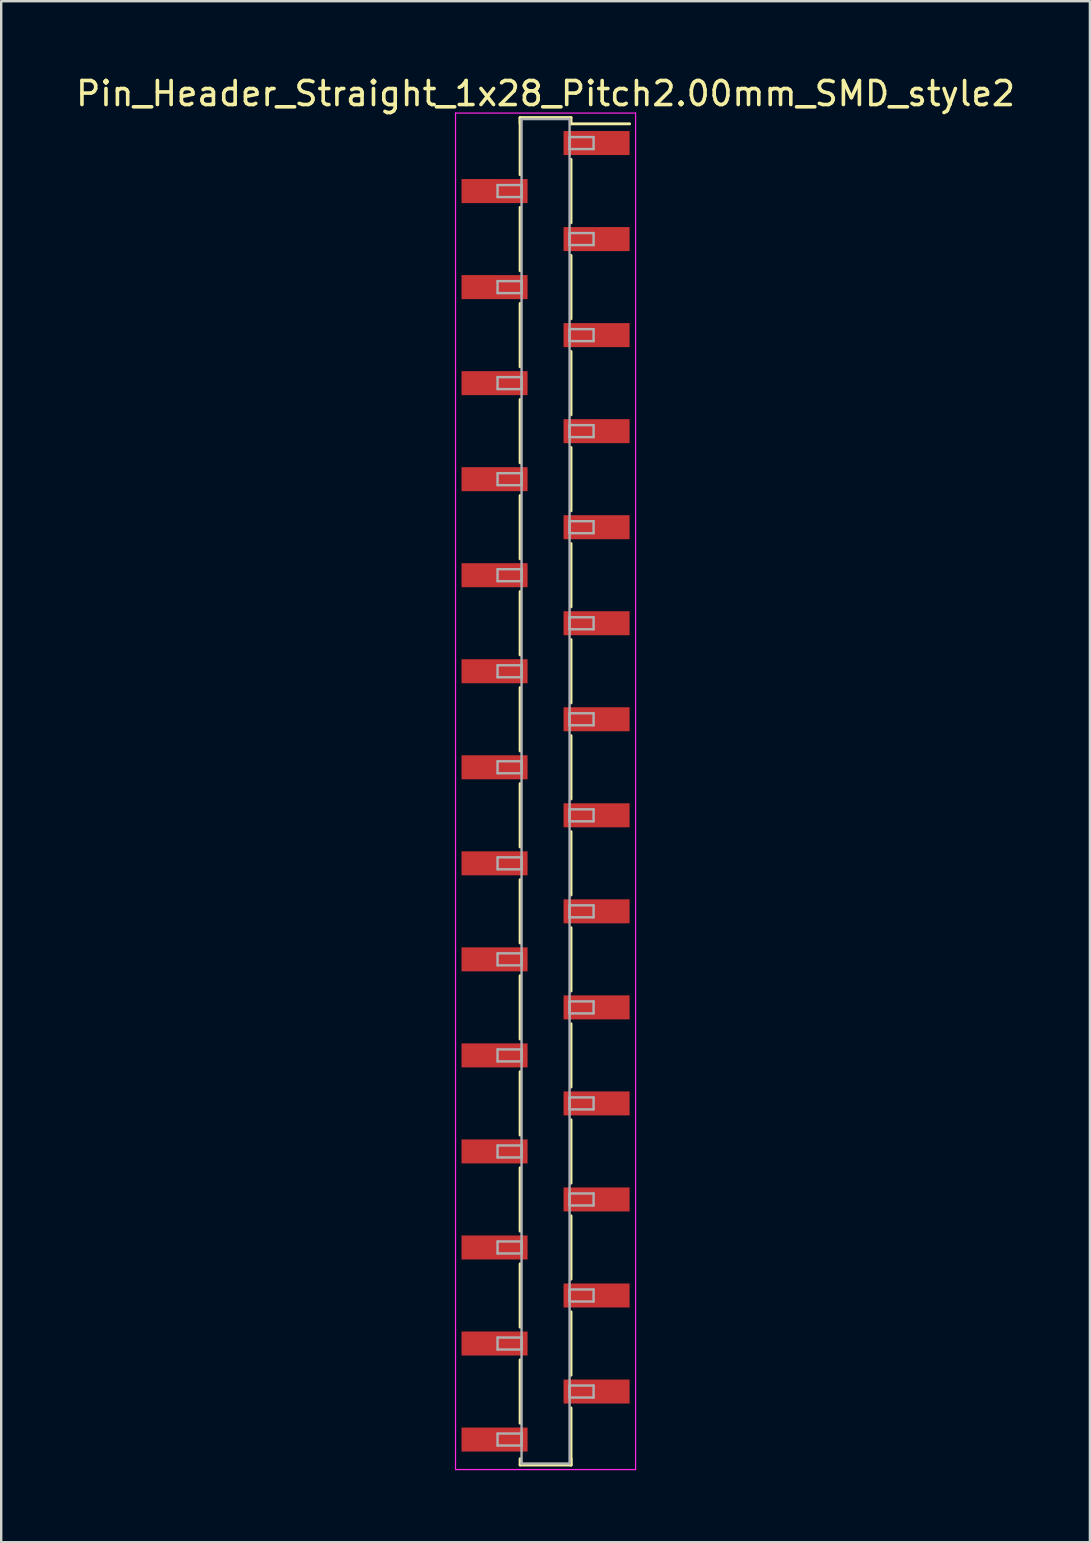
<source format=kicad_pcb>
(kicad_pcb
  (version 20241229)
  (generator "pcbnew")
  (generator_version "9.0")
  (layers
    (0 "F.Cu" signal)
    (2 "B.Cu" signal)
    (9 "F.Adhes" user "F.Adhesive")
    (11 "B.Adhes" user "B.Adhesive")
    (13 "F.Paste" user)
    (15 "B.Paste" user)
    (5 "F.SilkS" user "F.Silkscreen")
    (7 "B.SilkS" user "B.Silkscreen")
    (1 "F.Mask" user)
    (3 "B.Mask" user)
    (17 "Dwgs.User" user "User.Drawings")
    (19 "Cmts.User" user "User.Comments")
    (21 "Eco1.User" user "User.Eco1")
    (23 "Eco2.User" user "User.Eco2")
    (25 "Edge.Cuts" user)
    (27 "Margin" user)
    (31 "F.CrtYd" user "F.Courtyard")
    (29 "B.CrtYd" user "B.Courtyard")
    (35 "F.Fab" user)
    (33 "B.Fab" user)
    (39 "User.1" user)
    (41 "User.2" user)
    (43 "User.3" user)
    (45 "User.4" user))
  (footprint "Pin_Header_Straight_1x28_Pitch2.00mm_SMD_style2"
    (layer "F.Cu")
    (at 19.673 29.908)
    (property "Reference" "Pin_Header_Straight_1x28_Pitch2.00mm_SMD_style2" (at 0 -29.06 0) (layer "F.SilkS") (effects (font (size 1 1) (thickness 0.15))))
    (attr smd)
    (fp_line (start -1.06 -28.06) (end -1.06 -25.68) (stroke (width 0.12) (type solid)) (layer "F.SilkS"))
    (fp_line (start -1.06 -28.06) (end 1.06 -28.06) (stroke (width 0.12) (type solid)) (layer "F.SilkS"))
    (fp_line (start -1.06 -27.8) (end -1.06 -28.06) (stroke (width 0.12) (type solid)) (layer "F.SilkS"))
    (fp_line (start -1.06 -24.32) (end -1.06 -21.68) (stroke (width 0.12) (type solid)) (layer "F.SilkS"))
    (fp_line (start -1.06 -20.32) (end -1.06 -17.68) (stroke (width 0.12) (type solid)) (layer "F.SilkS"))
    (fp_line (start -1.06 -16.32) (end -1.06 -13.68) (stroke (width 0.12) (type solid)) (layer "F.SilkS"))
    (fp_line (start -1.06 -12.32) (end -1.06 -9.68) (stroke (width 0.12) (type solid)) (layer "F.SilkS"))
    (fp_line (start -1.06 -8.32) (end -1.06 -5.68) (stroke (width 0.12) (type solid)) (layer "F.SilkS"))
    (fp_line (start -1.06 -4.32) (end -1.06 -1.68) (stroke (width 0.12) (type solid)) (layer "F.SilkS"))
    (fp_line (start -1.06 -0.32) (end -1.06 2.32) (stroke (width 0.12) (type solid)) (layer "F.SilkS"))
    (fp_line (start -1.06 3.68) (end -1.06 6.32) (stroke (width 0.12) (type solid)) (layer "F.SilkS"))
    (fp_line (start -1.06 7.68) (end -1.06 10.32) (stroke (width 0.12) (type solid)) (layer "F.SilkS"))
    (fp_line (start -1.06 11.68) (end -1.06 14.32) (stroke (width 0.12) (type solid)) (layer "F.SilkS"))
    (fp_line (start -1.06 15.68) (end -1.06 18.32) (stroke (width 0.12) (type solid)) (layer "F.SilkS"))
    (fp_line (start -1.06 19.68) (end -1.06 22.32) (stroke (width 0.12) (type solid)) (layer "F.SilkS"))
    (fp_line (start -1.06 23.68) (end -1.06 26.32) (stroke (width 0.12) (type solid)) (layer "F.SilkS"))
    (fp_line (start -1.06 27.8) (end -1.06 28.06) (stroke (width 0.12) (type solid)) (layer "F.SilkS"))
    (fp_line (start -1.06 28.06) (end 1.06 28.06) (stroke (width 0.12) (type solid)) (layer "F.SilkS"))
    (fp_line (start 1.06 -28.06) (end 1.06 -27.8) (stroke (width 0.12) (type solid)) (layer "F.SilkS"))
    (fp_line (start 1.06 -27.8) (end 3.5 -27.8) (stroke (width 0.12) (type solid)) (layer "F.SilkS"))
    (fp_line (start 1.06 -26.32) (end 1.06 -23.68) (stroke (width 0.12) (type solid)) (layer "F.SilkS"))
    (fp_line (start 1.06 -22.32) (end 1.06 -19.68) (stroke (width 0.12) (type solid)) (layer "F.SilkS"))
    (fp_line (start 1.06 -18.32) (end 1.06 -15.68) (stroke (width 0.12) (type solid)) (layer "F.SilkS"))
    (fp_line (start 1.06 -14.32) (end 1.06 -11.68) (stroke (width 0.12) (type solid)) (layer "F.SilkS"))
    (fp_line (start 1.06 -10.32) (end 1.06 -7.68) (stroke (width 0.12) (type solid)) (layer "F.SilkS"))
    (fp_line (start 1.06 -6.32) (end 1.06 -3.68) (stroke (width 0.12) (type solid)) (layer "F.SilkS"))
    (fp_line (start 1.06 -2.32) (end 1.06 0.32) (stroke (width 0.12) (type solid)) (layer "F.SilkS"))
    (fp_line (start 1.06 1.68) (end 1.06 4.32) (stroke (width 0.12) (type solid)) (layer "F.SilkS"))
    (fp_line (start 1.06 5.68) (end 1.06 8.32) (stroke (width 0.12) (type solid)) (layer "F.SilkS"))
    (fp_line (start 1.06 9.68) (end 1.06 12.32) (stroke (width 0.12) (type solid)) (layer "F.SilkS"))
    (fp_line (start 1.06 13.68) (end 1.06 16.32) (stroke (width 0.12) (type solid)) (layer "F.SilkS"))
    (fp_line (start 1.06 17.68) (end 1.06 20.32) (stroke (width 0.12) (type solid)) (layer "F.SilkS"))
    (fp_line (start 1.06 21.68) (end 1.06 24.32) (stroke (width 0.12) (type solid)) (layer "F.SilkS"))
    (fp_line (start 1.06 25.68) (end 1.06 28.06) (stroke (width 0.12) (type solid)) (layer "F.SilkS"))
    (fp_line (start 1.06 28.06) (end 1.06 27.8) (stroke (width 0.12) (type solid)) (layer "F.SilkS"))
    (fp_line (start -3.75 -28.25) (end -3.75 28.25) (stroke (width 0.05) (type solid)) (layer "F.CrtYd"))
    (fp_line (start -3.75 28.25) (end 3.75 28.25) (stroke (width 0.05) (type solid)) (layer "F.CrtYd"))
    (fp_line (start 3.75 -28.25) (end -3.75 -28.25) (stroke (width 0.05) (type solid)) (layer "F.CrtYd"))
    (fp_line (start 3.75 28.25) (end 3.75 -28.25) (stroke (width 0.05) (type solid)) (layer "F.CrtYd"))
    (fp_line (start -2 -25.25) (end -1 -25.25) (stroke (width 0.1) (type solid)) (layer "F.Fab"))
    (fp_line (start -2 -24.75) (end -2 -25.25) (stroke (width 0.1) (type solid)) (layer "F.Fab"))
    (fp_line (start -2 -21.25) (end -1 -21.25) (stroke (width 0.1) (type solid)) (layer "F.Fab"))
    (fp_line (start -2 -20.75) (end -2 -21.25) (stroke (width 0.1) (type solid)) (layer "F.Fab"))
    (fp_line (start -2 -17.25) (end -1 -17.25) (stroke (width 0.1) (type solid)) (layer "F.Fab"))
    (fp_line (start -2 -16.75) (end -2 -17.25) (stroke (width 0.1) (type solid)) (layer "F.Fab"))
    (fp_line (start -2 -13.25) (end -1 -13.25) (stroke (width 0.1) (type solid)) (layer "F.Fab"))
    (fp_line (start -2 -12.75) (end -2 -13.25) (stroke (width 0.1) (type solid)) (layer "F.Fab"))
    (fp_line (start -2 -9.25) (end -1 -9.25) (stroke (width 0.1) (type solid)) (layer "F.Fab"))
    (fp_line (start -2 -8.75) (end -2 -9.25) (stroke (width 0.1) (type solid)) (layer "F.Fab"))
    (fp_line (start -2 -5.25) (end -1 -5.25) (stroke (width 0.1) (type solid)) (layer "F.Fab"))
    (fp_line (start -2 -4.75) (end -2 -5.25) (stroke (width 0.1) (type solid)) (layer "F.Fab"))
    (fp_line (start -2 -1.25) (end -1 -1.25) (stroke (width 0.1) (type solid)) (layer "F.Fab"))
    (fp_line (start -2 -0.75) (end -2 -1.25) (stroke (width 0.1) (type solid)) (layer "F.Fab"))
    (fp_line (start -2 2.75) (end -1 2.75) (stroke (width 0.1) (type solid)) (layer "F.Fab"))
    (fp_line (start -2 3.25) (end -2 2.75) (stroke (width 0.1) (type solid)) (layer "F.Fab"))
    (fp_line (start -2 6.75) (end -1 6.75) (stroke (width 0.1) (type solid)) (layer "F.Fab"))
    (fp_line (start -2 7.25) (end -2 6.75) (stroke (width 0.1) (type solid)) (layer "F.Fab"))
    (fp_line (start -2 10.75) (end -1 10.75) (stroke (width 0.1) (type solid)) (layer "F.Fab"))
    (fp_line (start -2 11.25) (end -2 10.75) (stroke (width 0.1) (type solid)) (layer "F.Fab"))
    (fp_line (start -2 14.75) (end -1 14.75) (stroke (width 0.1) (type solid)) (layer "F.Fab"))
    (fp_line (start -2 15.25) (end -2 14.75) (stroke (width 0.1) (type solid)) (layer "F.Fab"))
    (fp_line (start -2 18.75) (end -1 18.75) (stroke (width 0.1) (type solid)) (layer "F.Fab"))
    (fp_line (start -2 19.25) (end -2 18.75) (stroke (width 0.1) (type solid)) (layer "F.Fab"))
    (fp_line (start -2 22.75) (end -1 22.75) (stroke (width 0.1) (type solid)) (layer "F.Fab"))
    (fp_line (start -2 23.25) (end -2 22.75) (stroke (width 0.1) (type solid)) (layer "F.Fab"))
    (fp_line (start -2 26.75) (end -1 26.75) (stroke (width 0.1) (type solid)) (layer "F.Fab"))
    (fp_line (start -2 27.25) (end -2 26.75) (stroke (width 0.1) (type solid)) (layer "F.Fab"))
    (fp_line (start -1 -28) (end -1 28) (stroke (width 0.1) (type solid)) (layer "F.Fab"))
    (fp_line (start -1 -25.25) (end -1 -24.75) (stroke (width 0.1) (type solid)) (layer "F.Fab"))
    (fp_line (start -1 -24.75) (end -2 -24.75) (stroke (width 0.1) (type solid)) (layer "F.Fab"))
    (fp_line (start -1 -21.25) (end -1 -20.75) (stroke (width 0.1) (type solid)) (layer "F.Fab"))
    (fp_line (start -1 -20.75) (end -2 -20.75) (stroke (width 0.1) (type solid)) (layer "F.Fab"))
    (fp_line (start -1 -17.25) (end -1 -16.75) (stroke (width 0.1) (type solid)) (layer "F.Fab"))
    (fp_line (start -1 -16.75) (end -2 -16.75) (stroke (width 0.1) (type solid)) (layer "F.Fab"))
    (fp_line (start -1 -13.25) (end -1 -12.75) (stroke (width 0.1) (type solid)) (layer "F.Fab"))
    (fp_line (start -1 -12.75) (end -2 -12.75) (stroke (width 0.1) (type solid)) (layer "F.Fab"))
    (fp_line (start -1 -9.25) (end -1 -8.75) (stroke (width 0.1) (type solid)) (layer "F.Fab"))
    (fp_line (start -1 -8.75) (end -2 -8.75) (stroke (width 0.1) (type solid)) (layer "F.Fab"))
    (fp_line (start -1 -5.25) (end -1 -4.75) (stroke (width 0.1) (type solid)) (layer "F.Fab"))
    (fp_line (start -1 -4.75) (end -2 -4.75) (stroke (width 0.1) (type solid)) (layer "F.Fab"))
    (fp_line (start -1 -1.25) (end -1 -0.75) (stroke (width 0.1) (type solid)) (layer "F.Fab"))
    (fp_line (start -1 -0.75) (end -2 -0.75) (stroke (width 0.1) (type solid)) (layer "F.Fab"))
    (fp_line (start -1 2.75) (end -1 3.25) (stroke (width 0.1) (type solid)) (layer "F.Fab"))
    (fp_line (start -1 3.25) (end -2 3.25) (stroke (width 0.1) (type solid)) (layer "F.Fab"))
    (fp_line (start -1 6.75) (end -1 7.25) (stroke (width 0.1) (type solid)) (layer "F.Fab"))
    (fp_line (start -1 7.25) (end -2 7.25) (stroke (width 0.1) (type solid)) (layer "F.Fab"))
    (fp_line (start -1 10.75) (end -1 11.25) (stroke (width 0.1) (type solid)) (layer "F.Fab"))
    (fp_line (start -1 11.25) (end -2 11.25) (stroke (width 0.1) (type solid)) (layer "F.Fab"))
    (fp_line (start -1 14.75) (end -1 15.25) (stroke (width 0.1) (type solid)) (layer "F.Fab"))
    (fp_line (start -1 15.25) (end -2 15.25) (stroke (width 0.1) (type solid)) (layer "F.Fab"))
    (fp_line (start -1 18.75) (end -1 19.25) (stroke (width 0.1) (type solid)) (layer "F.Fab"))
    (fp_line (start -1 19.25) (end -2 19.25) (stroke (width 0.1) (type solid)) (layer "F.Fab"))
    (fp_line (start -1 22.75) (end -1 23.25) (stroke (width 0.1) (type solid)) (layer "F.Fab"))
    (fp_line (start -1 23.25) (end -2 23.25) (stroke (width 0.1) (type solid)) (layer "F.Fab"))
    (fp_line (start -1 26.75) (end -1 27.25) (stroke (width 0.1) (type solid)) (layer "F.Fab"))
    (fp_line (start -1 27.25) (end -2 27.25) (stroke (width 0.1) (type solid)) (layer "F.Fab"))
    (fp_line (start -1 28) (end 1 28) (stroke (width 0.1) (type solid)) (layer "F.Fab"))
    (fp_line (start 1 -28) (end -1 -28) (stroke (width 0.1) (type solid)) (layer "F.Fab"))
    (fp_line (start 1 -27.25) (end 1 -26.75) (stroke (width 0.1) (type solid)) (layer "F.Fab"))
    (fp_line (start 1 -26.75) (end 2 -26.75) (stroke (width 0.1) (type solid)) (layer "F.Fab"))
    (fp_line (start 1 -23.25) (end 1 -22.75) (stroke (width 0.1) (type solid)) (layer "F.Fab"))
    (fp_line (start 1 -22.75) (end 2 -22.75) (stroke (width 0.1) (type solid)) (layer "F.Fab"))
    (fp_line (start 1 -19.25) (end 1 -18.75) (stroke (width 0.1) (type solid)) (layer "F.Fab"))
    (fp_line (start 1 -18.75) (end 2 -18.75) (stroke (width 0.1) (type solid)) (layer "F.Fab"))
    (fp_line (start 1 -15.25) (end 1 -14.75) (stroke (width 0.1) (type solid)) (layer "F.Fab"))
    (fp_line (start 1 -14.75) (end 2 -14.75) (stroke (width 0.1) (type solid)) (layer "F.Fab"))
    (fp_line (start 1 -11.25) (end 1 -10.75) (stroke (width 0.1) (type solid)) (layer "F.Fab"))
    (fp_line (start 1 -10.75) (end 2 -10.75) (stroke (width 0.1) (type solid)) (layer "F.Fab"))
    (fp_line (start 1 -7.25) (end 1 -6.75) (stroke (width 0.1) (type solid)) (layer "F.Fab"))
    (fp_line (start 1 -6.75) (end 2 -6.75) (stroke (width 0.1) (type solid)) (layer "F.Fab"))
    (fp_line (start 1 -3.25) (end 1 -2.75) (stroke (width 0.1) (type solid)) (layer "F.Fab"))
    (fp_line (start 1 -2.75) (end 2 -2.75) (stroke (width 0.1) (type solid)) (layer "F.Fab"))
    (fp_line (start 1 0.75) (end 1 1.25) (stroke (width 0.1) (type solid)) (layer "F.Fab"))
    (fp_line (start 1 1.25) (end 2 1.25) (stroke (width 0.1) (type solid)) (layer "F.Fab"))
    (fp_line (start 1 4.75) (end 1 5.25) (stroke (width 0.1) (type solid)) (layer "F.Fab"))
    (fp_line (start 1 5.25) (end 2 5.25) (stroke (width 0.1) (type solid)) (layer "F.Fab"))
    (fp_line (start 1 8.75) (end 1 9.25) (stroke (width 0.1) (type solid)) (layer "F.Fab"))
    (fp_line (start 1 9.25) (end 2 9.25) (stroke (width 0.1) (type solid)) (layer "F.Fab"))
    (fp_line (start 1 12.75) (end 1 13.25) (stroke (width 0.1) (type solid)) (layer "F.Fab"))
    (fp_line (start 1 13.25) (end 2 13.25) (stroke (width 0.1) (type solid)) (layer "F.Fab"))
    (fp_line (start 1 16.75) (end 1 17.25) (stroke (width 0.1) (type solid)) (layer "F.Fab"))
    (fp_line (start 1 17.25) (end 2 17.25) (stroke (width 0.1) (type solid)) (layer "F.Fab"))
    (fp_line (start 1 20.75) (end 1 21.25) (stroke (width 0.1) (type solid)) (layer "F.Fab"))
    (fp_line (start 1 21.25) (end 2 21.25) (stroke (width 0.1) (type solid)) (layer "F.Fab"))
    (fp_line (start 1 24.75) (end 1 25.25) (stroke (width 0.1) (type solid)) (layer "F.Fab"))
    (fp_line (start 1 25.25) (end 2 25.25) (stroke (width 0.1) (type solid)) (layer "F.Fab"))
    (fp_line (start 1 28) (end 1 -28) (stroke (width 0.1) (type solid)) (layer "F.Fab"))
    (fp_line (start 2 -27.25) (end 1 -27.25) (stroke (width 0.1) (type solid)) (layer "F.Fab"))
    (fp_line (start 2 -26.75) (end 2 -27.25) (stroke (width 0.1) (type solid)) (layer "F.Fab"))
    (fp_line (start 2 -23.25) (end 1 -23.25) (stroke (width 0.1) (type solid)) (layer "F.Fab"))
    (fp_line (start 2 -22.75) (end 2 -23.25) (stroke (width 0.1) (type solid)) (layer "F.Fab"))
    (fp_line (start 2 -19.25) (end 1 -19.25) (stroke (width 0.1) (type solid)) (layer "F.Fab"))
    (fp_line (start 2 -18.75) (end 2 -19.25) (stroke (width 0.1) (type solid)) (layer "F.Fab"))
    (fp_line (start 2 -15.25) (end 1 -15.25) (stroke (width 0.1) (type solid)) (layer "F.Fab"))
    (fp_line (start 2 -14.75) (end 2 -15.25) (stroke (width 0.1) (type solid)) (layer "F.Fab"))
    (fp_line (start 2 -11.25) (end 1 -11.25) (stroke (width 0.1) (type solid)) (layer "F.Fab"))
    (fp_line (start 2 -10.75) (end 2 -11.25) (stroke (width 0.1) (type solid)) (layer "F.Fab"))
    (fp_line (start 2 -7.25) (end 1 -7.25) (stroke (width 0.1) (type solid)) (layer "F.Fab"))
    (fp_line (start 2 -6.75) (end 2 -7.25) (stroke (width 0.1) (type solid)) (layer "F.Fab"))
    (fp_line (start 2 -3.25) (end 1 -3.25) (stroke (width 0.1) (type solid)) (layer "F.Fab"))
    (fp_line (start 2 -2.75) (end 2 -3.25) (stroke (width 0.1) (type solid)) (layer "F.Fab"))
    (fp_line (start 2 0.75) (end 1 0.75) (stroke (width 0.1) (type solid)) (layer "F.Fab"))
    (fp_line (start 2 1.25) (end 2 0.75) (stroke (width 0.1) (type solid)) (layer "F.Fab"))
    (fp_line (start 2 4.75) (end 1 4.75) (stroke (width 0.1) (type solid)) (layer "F.Fab"))
    (fp_line (start 2 5.25) (end 2 4.75) (stroke (width 0.1) (type solid)) (layer "F.Fab"))
    (fp_line (start 2 8.75) (end 1 8.75) (stroke (width 0.1) (type solid)) (layer "F.Fab"))
    (fp_line (start 2 9.25) (end 2 8.75) (stroke (width 0.1) (type solid)) (layer "F.Fab"))
    (fp_line (start 2 12.75) (end 1 12.75) (stroke (width 0.1) (type solid)) (layer "F.Fab"))
    (fp_line (start 2 13.25) (end 2 12.75) (stroke (width 0.1) (type solid)) (layer "F.Fab"))
    (fp_line (start 2 16.75) (end 1 16.75) (stroke (width 0.1) (type solid)) (layer "F.Fab"))
    (fp_line (start 2 17.25) (end 2 16.75) (stroke (width 0.1) (type solid)) (layer "F.Fab"))
    (fp_line (start 2 20.75) (end 1 20.75) (stroke (width 0.1) (type solid)) (layer "F.Fab"))
    (fp_line (start 2 21.25) (end 2 20.75) (stroke (width 0.1) (type solid)) (layer "F.Fab"))
    (fp_line (start 2 24.75) (end 1 24.75) (stroke (width 0.1) (type solid)) (layer "F.Fab"))
    (fp_line (start 2 25.25) (end 2 24.75) (stroke (width 0.1) (type solid)) (layer "F.Fab"))
    (pad "1" smd rect (at 2.125 -27) (size 2.75 1) (layers "F.Cu" "F.Mask"))
    (pad "2" smd rect (at -2.125 -25) (size 2.75 1) (layers "F.Cu" "F.Mask"))
    (pad "3" smd rect (at 2.125 -23) (size 2.75 1) (layers "F.Cu" "F.Mask"))
    (pad "4" smd rect (at -2.125 -21) (size 2.75 1) (layers "F.Cu" "F.Mask"))
    (pad "5" smd rect (at 2.125 -19) (size 2.75 1) (layers "F.Cu" "F.Mask"))
    (pad "6" smd rect (at -2.125 -17) (size 2.75 1) (layers "F.Cu" "F.Mask"))
    (pad "7" smd rect (at 2.125 -15) (size 2.75 1) (layers "F.Cu" "F.Mask"))
    (pad "8" smd rect (at -2.125 -13) (size 2.75 1) (layers "F.Cu" "F.Mask"))
    (pad "9" smd rect (at 2.125 -11) (size 2.75 1) (layers "F.Cu" "F.Mask"))
    (pad "10" smd rect (at -2.125 -9) (size 2.75 1) (layers "F.Cu" "F.Mask"))
    (pad "11" smd rect (at 2.125 -7) (size 2.75 1) (layers "F.Cu" "F.Mask"))
    (pad "12" smd rect (at -2.125 -5) (size 2.75 1) (layers "F.Cu" "F.Mask"))
    (pad "13" smd rect (at 2.125 -3) (size 2.75 1) (layers "F.Cu" "F.Mask"))
    (pad "14" smd rect (at -2.125 -1) (size 2.75 1) (layers "F.Cu" "F.Mask"))
    (pad "15" smd rect (at 2.125 1) (size 2.75 1) (layers "F.Cu" "F.Mask"))
    (pad "16" smd rect (at -2.125 3) (size 2.75 1) (layers "F.Cu" "F.Mask"))
    (pad "17" smd rect (at 2.125 5) (size 2.75 1) (layers "F.Cu" "F.Mask"))
    (pad "18" smd rect (at -2.125 7) (size 2.75 1) (layers "F.Cu" "F.Mask"))
    (pad "19" smd rect (at 2.125 9) (size 2.75 1) (layers "F.Cu" "F.Mask"))
    (pad "20" smd rect (at -2.125 11) (size 2.75 1) (layers "F.Cu" "F.Mask"))
    (pad "21" smd rect (at 2.125 13) (size 2.75 1) (layers "F.Cu" "F.Mask"))
    (pad "22" smd rect (at -2.125 15) (size 2.75 1) (layers "F.Cu" "F.Mask"))
    (pad "23" smd rect (at 2.125 17) (size 2.75 1) (layers "F.Cu" "F.Mask"))
    (pad "24" smd rect (at -2.125 19) (size 2.75 1) (layers "F.Cu" "F.Mask"))
    (pad "25" smd rect (at 2.125 21) (size 2.75 1) (layers "F.Cu" "F.Mask"))
    (pad "26" smd rect (at -2.125 23) (size 2.75 1) (layers "F.Cu" "F.Mask"))
    (pad "27" smd rect (at 2.125 25) (size 2.75 1) (layers "F.Cu" "F.Mask"))
    (pad "28" smd rect (at -2.125 27) (size 2.75 1) (layers "F.Cu" "F.Mask")))
  (gr_rect
    (start -3 -3)
    (end 42.345 61.183)
    (stroke (width 0.1) (type default))
    (fill no)
    (layer "Edge.Cuts")))
</source>
